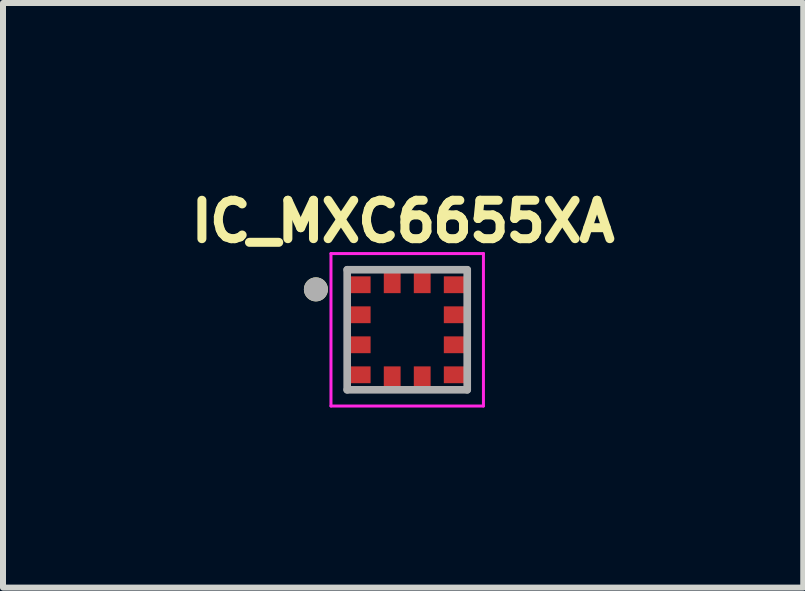
<source format=kicad_pcb>
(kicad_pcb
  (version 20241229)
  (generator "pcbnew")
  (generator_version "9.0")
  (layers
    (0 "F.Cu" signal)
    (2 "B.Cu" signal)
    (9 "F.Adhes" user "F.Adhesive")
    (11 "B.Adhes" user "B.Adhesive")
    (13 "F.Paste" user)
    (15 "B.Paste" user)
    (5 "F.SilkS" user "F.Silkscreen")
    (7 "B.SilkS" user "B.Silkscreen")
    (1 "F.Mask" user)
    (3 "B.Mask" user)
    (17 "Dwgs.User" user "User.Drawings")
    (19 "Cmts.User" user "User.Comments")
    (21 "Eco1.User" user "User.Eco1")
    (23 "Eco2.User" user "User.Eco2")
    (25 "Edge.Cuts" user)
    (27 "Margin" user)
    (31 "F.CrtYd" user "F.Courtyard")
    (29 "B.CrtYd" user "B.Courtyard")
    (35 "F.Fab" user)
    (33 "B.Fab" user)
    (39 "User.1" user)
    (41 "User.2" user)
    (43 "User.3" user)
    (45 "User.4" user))
  (footprint "IC_MXC6655XA"
    (layer "F.Cu")
    (at 3.734 2.444)
    (property "Reference" "IC_MXC6655XA" (at -0.068 -1.806 0) (layer "F.SilkS") (effects (font (size 0.64 0.64) (thickness 0.15))))
    (attr through_hole)
    (fp_poly (pts (xy -1.07 -0.94) (xy -0.56 -0.94) (xy -0.56 -0.56) (xy -1.07 -0.56)) (stroke (width 0.01) (type solid)) (fill yes) (layer "F.Mask"))
    (fp_poly (pts (xy -1.07 -0.44) (xy -0.56 -0.44) (xy -0.56 -0.06) (xy -1.07 -0.06)) (stroke (width 0.01) (type solid)) (fill yes) (layer "F.Mask"))
    (fp_poly (pts (xy -1.07 0.06) (xy -0.56 0.06) (xy -0.56 0.44) (xy -1.07 0.44)) (stroke (width 0.01) (type solid)) (fill yes) (layer "F.Mask"))
    (fp_poly (pts (xy -1.07 0.56) (xy -0.56 0.56) (xy -0.56 0.94) (xy -1.07 0.94)) (stroke (width 0.01) (type solid)) (fill yes) (layer "F.Mask"))
    (fp_poly (pts (xy -0.44 -1.07) (xy -0.06 -1.07) (xy -0.06 -0.56) (xy -0.44 -0.56)) (stroke (width 0.01) (type solid)) (fill yes) (layer "F.Mask"))
    (fp_poly (pts (xy -0.44 0.56) (xy -0.06 0.56) (xy -0.06 1.07) (xy -0.44 1.07)) (stroke (width 0.01) (type solid)) (fill yes) (layer "F.Mask"))
    (fp_poly (pts (xy 0.06 -1.07) (xy 0.44 -1.07) (xy 0.44 -0.56) (xy 0.06 -0.56)) (stroke (width 0.01) (type solid)) (fill yes) (layer "F.Mask"))
    (fp_poly (pts (xy 0.06 0.56) (xy 0.44 0.56) (xy 0.44 1.07) (xy 0.06 1.07)) (stroke (width 0.01) (type solid)) (fill yes) (layer "F.Mask"))
    (fp_poly (pts (xy 0.56 -0.94) (xy 1.07 -0.94) (xy 1.07 -0.56) (xy 0.56 -0.56)) (stroke (width 0.01) (type solid)) (fill yes) (layer "F.Mask"))
    (fp_poly (pts (xy 0.56 -0.44) (xy 1.07 -0.44) (xy 1.07 -0.06) (xy 0.56 -0.06)) (stroke (width 0.01) (type solid)) (fill yes) (layer "F.Mask"))
    (fp_poly (pts (xy 0.56 0.06) (xy 1.07 0.06) (xy 1.07 0.44) (xy 0.56 0.44)) (stroke (width 0.01) (type solid)) (fill yes) (layer "F.Mask"))
    (fp_poly (pts (xy 0.56 0.56) (xy 1.07 0.56) (xy 1.07 0.94) (xy 0.56 0.94)) (stroke (width 0.01) (type solid)) (fill yes) (layer "F.Mask"))
    (fp_circle (center -1.521 -0.673) (end -1.421 -0.673) (stroke (width 0.2) (type solid)) (fill no) (layer "F.SilkS"))
    (fp_line (start -1.27 -1.27) (end 1.27 -1.27) (stroke (width 0.05) (type solid)) (layer "F.CrtYd"))
    (fp_line (start -1.27 1.27) (end -1.27 -1.27) (stroke (width 0.05) (type solid)) (layer "F.CrtYd"))
    (fp_line (start 1.27 -1.27) (end 1.27 1.27) (stroke (width 0.05) (type solid)) (layer "F.CrtYd"))
    (fp_line (start 1.27 1.27) (end -1.27 1.27) (stroke (width 0.05) (type solid)) (layer "F.CrtYd"))
    (fp_line (start -1 -1) (end 1 -1) (stroke (width 0.127) (type solid)) (layer "F.Fab"))
    (fp_line (start -1 1) (end -1 -1) (stroke (width 0.127) (type solid)) (layer "F.Fab"))
    (fp_line (start 1 -1) (end 1 1) (stroke (width 0.127) (type solid)) (layer "F.Fab"))
    (fp_line (start 1 1) (end -1 1) (stroke (width 0.127) (type solid)) (layer "F.Fab"))
    (fp_circle (center -1.521 -0.673) (end -1.421 -0.673) (stroke (width 0.2) (type solid)) (fill no) (layer "F.Fab"))
    (pad "1" smd rect (at -0.815 -0.75) (size 0.41 0.28) (layers "F.Cu" "F.Paste"))
    (pad "2" smd rect (at -0.815 -0.25) (size 0.41 0.28) (layers "F.Cu" "F.Paste"))
    (pad "3" smd rect (at -0.815 0.25) (size 0.41 0.28) (layers "F.Cu" "F.Paste"))
    (pad "4" smd rect (at -0.815 0.75) (size 0.41 0.28) (layers "F.Cu" "F.Paste"))
    (pad "5" smd rect (at -0.25 0.815) (size 0.28 0.41) (layers "F.Cu" "F.Paste"))
    (pad "6" smd rect (at 0.25 0.815) (size 0.28 0.41) (layers "F.Cu" "F.Paste"))
    (pad "7" smd rect (at 0.815 0.75) (size 0.41 0.28) (layers "F.Cu" "F.Paste"))
    (pad "8" smd rect (at 0.815 0.25) (size 0.41 0.28) (layers "F.Cu" "F.Paste"))
    (pad "9" smd rect (at 0.815 -0.25) (size 0.41 0.28) (layers "F.Cu" "F.Paste"))
    (pad "10" smd rect (at 0.815 -0.75) (size 0.41 0.28) (layers "F.Cu" "F.Paste"))
    (pad "11" smd rect (at 0.25 -0.815) (size 0.28 0.41) (layers "F.Cu" "F.Paste"))
    (pad "12" smd rect (at -0.25 -0.815) (size 0.28 0.41) (layers "F.Cu" "F.Paste")))
  (gr_rect
    (start -3 -3)
    (end 10.332 6.739)
    (stroke (width 0.1) (type default))
    (fill no)
    (layer "Edge.Cuts")))
</source>
